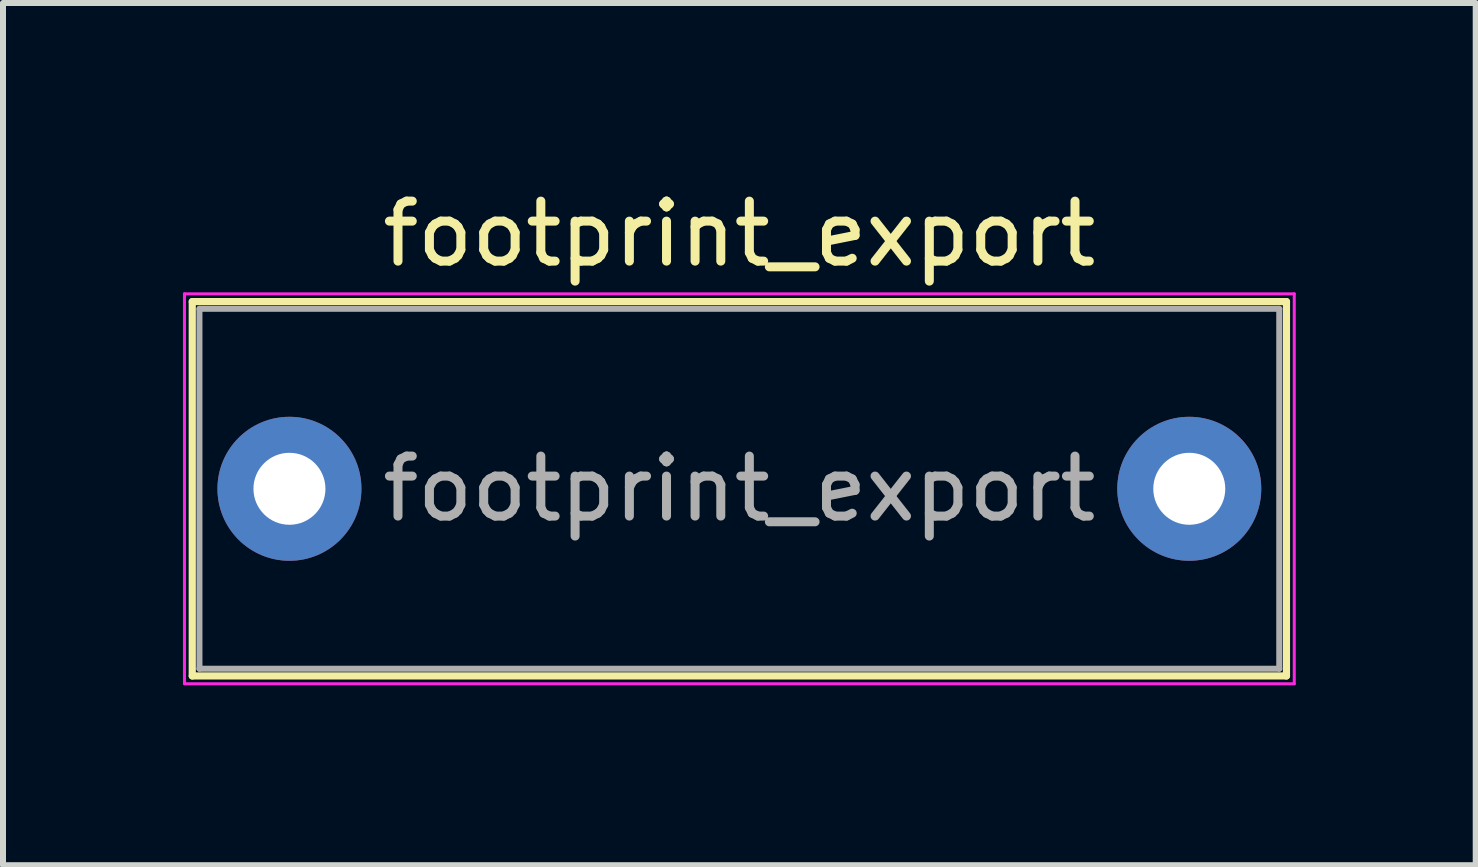
<source format=kicad_pcb>
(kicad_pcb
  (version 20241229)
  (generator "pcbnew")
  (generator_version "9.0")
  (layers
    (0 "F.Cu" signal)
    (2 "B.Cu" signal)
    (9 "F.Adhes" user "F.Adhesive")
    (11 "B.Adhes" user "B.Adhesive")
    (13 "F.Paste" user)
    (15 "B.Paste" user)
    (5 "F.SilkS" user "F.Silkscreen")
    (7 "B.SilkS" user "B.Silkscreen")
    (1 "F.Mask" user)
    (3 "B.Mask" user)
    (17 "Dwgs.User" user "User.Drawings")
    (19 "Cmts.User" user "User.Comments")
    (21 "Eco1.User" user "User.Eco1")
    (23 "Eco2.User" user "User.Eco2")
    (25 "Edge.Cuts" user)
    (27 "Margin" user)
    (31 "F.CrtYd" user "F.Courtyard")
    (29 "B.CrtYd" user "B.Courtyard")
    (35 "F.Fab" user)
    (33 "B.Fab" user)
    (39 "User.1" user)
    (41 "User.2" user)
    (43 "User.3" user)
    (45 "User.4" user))
  (footprint "footprint_export"
    (layer "F.Cu")
    (at 1.775 5.098)
    (property "Reference" "footprint_export" (at 7.5 -4.25 0) (layer "F.SilkS") (effects (font (size 1 1) (thickness 0.15))))
    (attr through_hole)
    (fp_line (start -1.62 -3.12) (end -1.62 3.12) (stroke (width 0.12) (type solid)) (layer "F.SilkS"))
    (fp_line (start -1.62 -3.12) (end 16.62 -3.12) (stroke (width 0.12) (type solid)) (layer "F.SilkS"))
    (fp_line (start -1.62 3.12) (end 16.62 3.12) (stroke (width 0.12) (type solid)) (layer "F.SilkS"))
    (fp_line (start 16.62 -3.12) (end 16.62 3.12) (stroke (width 0.12) (type solid)) (layer "F.SilkS"))
    (fp_line (start -1.75 -3.25) (end -1.75 3.25) (stroke (width 0.05) (type solid)) (layer "F.CrtYd"))
    (fp_line (start -1.75 3.25) (end 16.75 3.25) (stroke (width 0.05) (type solid)) (layer "F.CrtYd"))
    (fp_line (start 16.75 -3.25) (end -1.75 -3.25) (stroke (width 0.05) (type solid)) (layer "F.CrtYd"))
    (fp_line (start 16.75 3.25) (end 16.75 -3.25) (stroke (width 0.05) (type solid)) (layer "F.CrtYd"))
    (fp_line (start -1.5 -3) (end -1.5 3) (stroke (width 0.1) (type solid)) (layer "F.Fab"))
    (fp_line (start -1.5 3) (end 16.5 3) (stroke (width 0.1) (type solid)) (layer "F.Fab"))
    (fp_line (start 16.5 -3) (end -1.5 -3) (stroke (width 0.1) (type solid)) (layer "F.Fab"))
    (fp_line (start 16.5 3) (end 16.5 -3) (stroke (width 0.1) (type solid)) (layer "F.Fab"))
    (fp_text user "${REFERENCE}" (at 7.5 0 0) (layer "F.Fab") (effects (font (size 1 1) (thickness 0.15))))
    (pad "1" thru_hole circle (at 0 0) (size 2.4 2.4) (drill 1.2) (layers "*.Cu" "*.Mask"))
    (pad "2" thru_hole circle (at 15 0) (size 2.4 2.4) (drill 1.2) (layers "*.Cu" "*.Mask")))
  (gr_rect
    (start -3 -3)
    (end 21.55 11.373)
    (stroke (width 0.1) (type default))
    (fill no)
    (layer "Edge.Cuts")))
</source>
